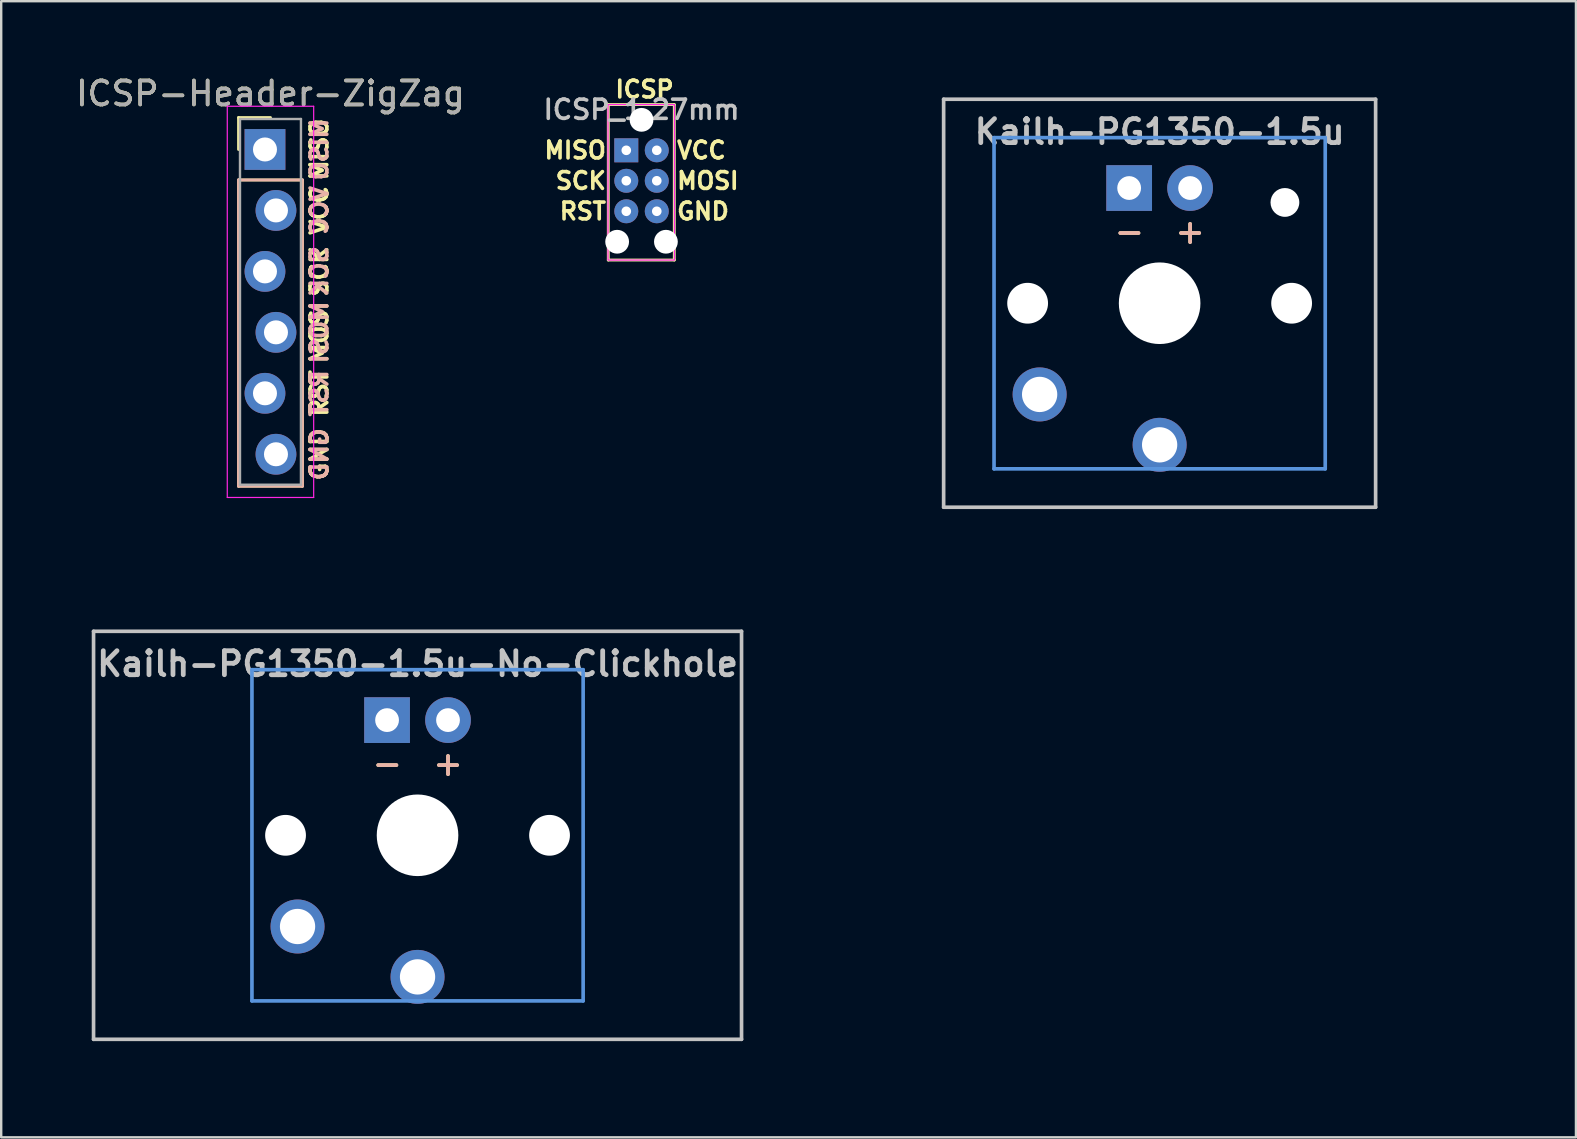
<source format=kicad_pcb>
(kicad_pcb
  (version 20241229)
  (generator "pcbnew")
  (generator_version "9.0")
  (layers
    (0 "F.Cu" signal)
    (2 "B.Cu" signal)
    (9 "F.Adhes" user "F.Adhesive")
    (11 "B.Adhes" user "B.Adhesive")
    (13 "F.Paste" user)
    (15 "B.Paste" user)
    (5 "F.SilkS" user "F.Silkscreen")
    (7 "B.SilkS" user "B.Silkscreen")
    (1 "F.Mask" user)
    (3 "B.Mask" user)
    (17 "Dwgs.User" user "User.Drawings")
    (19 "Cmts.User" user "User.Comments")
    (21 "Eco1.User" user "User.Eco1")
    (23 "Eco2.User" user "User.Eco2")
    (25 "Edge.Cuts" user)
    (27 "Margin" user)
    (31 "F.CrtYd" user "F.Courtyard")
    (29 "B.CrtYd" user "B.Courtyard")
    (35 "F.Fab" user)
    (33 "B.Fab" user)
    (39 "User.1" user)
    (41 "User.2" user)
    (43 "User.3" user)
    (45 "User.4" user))
  (footprint "Kailh-PG1350-1.5u"
    (layer "F.Cu")
    (at 45.269 9.585)
    (property "Reference" "Kailh-PG1350-1.5u" (at 0 -7.144 180) (layer "Dwgs.User") (effects (font (size 1 1) (thickness 0.2))))
    (attr through_hole)
    (fp_line (start -9 -8.5) (end 9 -8.5) (stroke (width 0.152) (type solid)) (layer "Dwgs.User"))
    (fp_line (start -9 8.5) (end -9 -8.5) (stroke (width 0.152) (type solid)) (layer "Dwgs.User"))
    (fp_line (start 9 -8.5) (end 9 8.5) (stroke (width 0.152) (type solid)) (layer "Dwgs.User"))
    (fp_line (start 9 8.5) (end -9 8.5) (stroke (width 0.152) (type solid)) (layer "Dwgs.User"))
    (fp_line (start -6.9 -6.9) (end 6.9 -6.9) (stroke (width 0.152) (type solid)) (layer "Cmts.User"))
    (fp_line (start -6.9 6.9) (end -6.9 -6.9) (stroke (width 0.152) (type solid)) (layer "Cmts.User"))
    (fp_line (start 6.9 -6.9) (end 6.9 6.9) (stroke (width 0.152) (type solid)) (layer "Cmts.User"))
    (fp_line (start 6.9 6.9) (end -6.9 6.9) (stroke (width 0.152) (type solid)) (layer "Cmts.User"))
    (fp_line (start -14.287 -9.525) (end -14.287 9.525) (stroke (width 0.12) (type solid)) (layer "Eco1.User"))
    (fp_line (start -14.287 -9.525) (end 14.287 -9.525) (stroke (width 0.12) (type solid)) (layer "Eco1.User"))
    (fp_line (start -14.287 9.525) (end 14.287 9.525) (stroke (width 0.12) (type solid)) (layer "Eco1.User"))
    (fp_line (start 14.287 -9.525) (end 14.287 9.525) (stroke (width 0.12) (type solid)) (layer "Eco1.User"))
    (fp_line (start -7.5 -7.5) (end 7.5 -7.5) (stroke (width 0.152) (type solid)) (layer "Eco2.User"))
    (fp_line (start -7.5 7.5) (end -7.5 -7.5) (stroke (width 0.152) (type solid)) (layer "Eco2.User"))
    (fp_line (start 7.5 -7.5) (end 7.5 7.5) (stroke (width 0.152) (type solid)) (layer "Eco2.User"))
    (fp_line (start 7.5 7.5) (end -7.5 7.5) (stroke (width 0.152) (type solid)) (layer "Eco2.User"))
    (fp_text user "+" (at 1.27 -3 180) (layer "F.SilkS") (effects (font (size 1 1) (thickness 0.15))))
    (fp_text user "-" (at -1.26 -3 180) (layer "F.SilkS") (effects (font (size 1 1) (thickness 0.15))))
    (fp_text user "-" (at -1.26 -3 180) (layer "B.SilkS") (effects (font (size 1 1) (thickness 0.15)) (justify mirror)))
    (fp_text user "+" (at 1.27 -3 180) (layer "B.SilkS") (effects (font (size 1 1) (thickness 0.15)) (justify mirror)))
    (pad "" np_thru_hole circle (at -5.5 0 180) (size 1.7 1.7) (drill 1.7) (layers "*.Cu" "*.Mask"))
    (pad "" np_thru_hole circle (at 0 0 180) (size 3.4 3.4) (drill 3.4) (layers "*.Cu" "*.Mask"))
    (pad "" np_thru_hole circle (at 5.22 -4.2 180) (size 1.2 1.2) (drill 1.2) (layers "*.Cu" "*.Mask"))
    (pad "" np_thru_hole circle (at 5.5 0 180) (size 1.7 1.7) (drill 1.7) (layers "*.Cu" "*.Mask"))
    (pad "1" thru_hole circle (at 0 5.9 180) (size 2.25 2.25) (drill 1.47) (layers "*.Cu" "*.Mask"))
    (pad "2" thru_hole circle (at -5 3.8 41.9) (size 2.25 2.25) (drill 1.47) (layers "*.Cu" "*.Mask"))
    (pad "3" thru_hole circle (at 1.27 -4.8 180) (size 1.905 1.905) (drill 0.991) (layers "*.Cu" "*.Mask"))
    (pad "4" thru_hole rect (at -1.27 -4.8 180) (size 1.905 1.905) (drill 0.991) (layers "*.Cu" "*.Mask")))
  (footprint "ICSP_1.27mm"
    (layer "F.Cu")
    (at 23.046 3.213)
    (property "Reference" "ICSP_1.27mm" (at 0.635 -1.695 0) (layer "Dwgs.User") (effects (font (size 0.8 0.8) (thickness 0.15))))
    (attr through_hole)
    (fp_line (start -0.75 -1.905) (end -0.75 4.572) (stroke (width 0.12) (type solid)) (layer "F.SilkS"))
    (fp_line (start -0.75 -1.905) (end 2 -1.905) (stroke (width 0.12) (type solid)) (layer "F.SilkS"))
    (fp_line (start -0.75 4.572) (end 2 4.572) (stroke (width 0.12) (type solid)) (layer "F.SilkS"))
    (fp_line (start 2 -1.905) (end 2 4.572) (stroke (width 0.12) (type solid)) (layer "F.SilkS"))
    (fp_rect (start -0.762 -1.905) (end 2.007 4.572) (stroke (width 0.05) (type solid)) (fill no) (layer "F.CrtYd"))
    (fp_text user "RST" (at -0.762 2.54 0) (unlocked yes) (layer "F.SilkS") (effects (font (size 0.7 0.7) (thickness 0.15)) (justify right)))
    (fp_text user "MOSI" (at 2.032 1.27 0) (unlocked yes) (layer "F.SilkS") (effects (font (size 0.7 0.7) (thickness 0.15)) (justify left)))
    (fp_text user "MISO" (at -0.762 0 0) (unlocked yes) (layer "F.SilkS") (effects (font (size 0.7 0.7) (thickness 0.15)) (justify right)))
    (fp_text user "ICSP" (at 0.762 -2.54 0) (unlocked yes) (layer "F.SilkS") (effects (font (size 0.7 0.7) (thickness 0.15))))
    (fp_text user "GND" (at 2.032 2.54 0) (unlocked yes) (layer "F.SilkS") (effects (font (size 0.7 0.7) (thickness 0.15)) (justify left)))
    (fp_text user "SCK" (at -0.762 1.27 0) (unlocked yes) (layer "F.SilkS") (effects (font (size 0.7 0.7) (thickness 0.15)) (justify right)))
    (fp_text user "VCC" (at 2.032 0 0) (unlocked yes) (layer "F.SilkS") (effects (font (size 0.7 0.7) (thickness 0.15)) (justify left)))
    (pad "" np_thru_hole circle (at -0.381 3.81) (size 0.991 0.991) (drill 0.991) (layers "*.Cu" "*.Mask"))
    (pad "" np_thru_hole circle (at 0.635 -1.27) (size 0.991 0.991) (drill 0.991) (layers "*.Cu" "*.Mask"))
    (pad "" np_thru_hole circle (at 1.651 3.81) (size 0.991 0.991) (drill 0.991) (layers "*.Cu" "*.Mask"))
    (pad "1" thru_hole rect (at 0 0) (size 1 1) (drill 0.4) (layers "*.Cu" "*.Mask"))
    (pad "2" thru_hole oval (at 1.27 0) (size 1 1) (drill 0.4) (layers "*.Cu" "*.Mask"))
    (pad "3" thru_hole oval (at 0 1.27) (size 1 1) (drill 0.4) (layers "*.Cu" "*.Mask"))
    (pad "4" thru_hole oval (at 1.27 1.27) (size 1 1) (drill 0.4) (layers "*.Cu" "*.Mask"))
    (pad "5" thru_hole oval (at 0 2.54) (size 1 1) (drill 0.4) (layers "*.Cu" "*.Mask"))
    (pad "6" thru_hole oval (at 1.27 2.54) (size 1 1) (drill 0.4) (layers "*.Cu" "*.Mask")))
  (footprint "ICSP-Header-ZigZag"
    (layer "F.Cu")
    (at 8.22 3.178)
    (property "Reference" "ICSP-Header-ZigZag" (at 0 -2.33 0) (layer "F.SilkS") (effects (font (size 1 1) (thickness 0.15))))
    (attr through_hole)
    (fp_line (start -1.33 -1.33) (end 0 -1.33) (stroke (width 0.12) (type solid)) (layer "F.SilkS"))
    (fp_line (start -1.33 0) (end -1.33 -1.33) (stroke (width 0.12) (type solid)) (layer "F.SilkS"))
    (fp_line (start -1.33 1.27) (end -1.33 14.03) (stroke (width 0.12) (type solid)) (layer "F.SilkS"))
    (fp_line (start -1.33 14.03) (end 1.33 14.03) (stroke (width 0.12) (type solid)) (layer "F.SilkS"))
    (fp_line (start 1.33 1.27) (end -1.33 1.27) (stroke (width 0.12) (type solid)) (layer "F.SilkS"))
    (fp_line (start 1.33 14.03) (end 1.33 1.27) (stroke (width 0.12) (type solid)) (layer "F.SilkS"))
    (fp_line (start -1.33 1.27) (end -1.33 14.03) (stroke (width 0.12) (type solid)) (layer "B.SilkS"))
    (fp_line (start -1.33 14.03) (end 1.33 14.03) (stroke (width 0.12) (type solid)) (layer "B.SilkS"))
    (fp_line (start 1.33 1.27) (end -1.33 1.27) (stroke (width 0.12) (type solid)) (layer "B.SilkS"))
    (fp_line (start 1.33 14.03) (end 1.33 1.27) (stroke (width 0.12) (type solid)) (layer "B.SilkS"))
    (fp_line (start -1.8 -1.8) (end -1.8 14.5) (stroke (width 0.05) (type solid)) (layer "F.CrtYd"))
    (fp_line (start -1.8 14.5) (end 1.8 14.5) (stroke (width 0.05) (type solid)) (layer "F.CrtYd"))
    (fp_line (start 1.8 -1.8) (end -1.8 -1.8) (stroke (width 0.05) (type solid)) (layer "F.CrtYd"))
    (fp_line (start 1.8 14.5) (end 1.8 -1.8) (stroke (width 0.05) (type solid)) (layer "F.CrtYd"))
    (fp_line (start -1.27 -1.27) (end -1.27 13.97) (stroke (width 0.1) (type solid)) (layer "F.Fab"))
    (fp_line (start -1.27 13.97) (end 1.27 13.97) (stroke (width 0.1) (type solid)) (layer "F.Fab"))
    (fp_line (start 1.27 -1.27) (end -1.27 -1.27) (stroke (width 0.1) (type solid)) (layer "F.Fab"))
    (fp_line (start 1.27 13.97) (end 1.27 -1.27) (stroke (width 0.1) (type solid)) (layer "F.Fab"))
    (fp_text user "MOSI" (at 2.032 7.62 90) (layer "F.SilkS") (effects (font (size 0.7 0.7) (thickness 0.15))))
    (fp_text user "MISO" (at 2.032 0 90) (layer "F.SilkS") (effects (font (size 0.7 0.7) (thickness 0.15))))
    (fp_text user "GND" (at 2.032 12.7 90) (layer "F.SilkS") (effects (font (size 0.7 0.7) (thickness 0.15))))
    (fp_text user "RST" (at 2.032 10.16 90) (layer "F.SilkS") (effects (font (size 0.7 0.7) (thickness 0.15))))
    (fp_text user "SCK" (at 2.032 5.08 90) (layer "F.SilkS") (effects (font (size 0.7 0.7) (thickness 0.15))))
    (fp_text user "VCC" (at 2.032 2.54 90) (layer "F.SilkS") (effects (font (size 0.7 0.7) (thickness 0.15))))
    (fp_text user "SCK" (at 2.032 5.08 90) (layer "B.SilkS") (effects (font (size 0.7 0.7) (thickness 0.15)) (justify mirror)))
    (fp_text user "VCC" (at 2.032 2.54 90) (layer "B.SilkS") (effects (font (size 0.7 0.7) (thickness 0.15)) (justify mirror)))
    (fp_text user "GND" (at 2.032 12.7 90) (layer "B.SilkS") (effects (font (size 0.7 0.7) (thickness 0.15)) (justify mirror)))
    (fp_text user "MISO" (at 2.032 0 90) (layer "B.SilkS") (effects (font (size 0.7 0.7) (thickness 0.15)) (justify mirror)))
    (fp_text user "MOSI" (at 2.032 7.62 90) (layer "B.SilkS") (effects (font (size 0.7 0.7) (thickness 0.15)) (justify mirror)))
    (fp_text user "RST" (at 2.032 10.16 90) (layer "B.SilkS") (effects (font (size 0.7 0.7) (thickness 0.15)) (justify mirror)))
    (fp_text user "${REFERENCE}" (at 0 -2.33 0) (layer "F.Fab") (effects (font (size 1 1) (thickness 0.15))))
    (pad "1" thru_hole rect (at -0.229 0) (size 1.7 1.7) (drill 1) (layers "*.Cu" "*.Mask"))
    (pad "2" thru_hole oval (at 0.229 2.54) (size 1.7 1.7) (drill 1) (layers "*.Cu" "*.Mask"))
    (pad "3" thru_hole oval (at -0.229 5.08) (size 1.7 1.7) (drill 1) (layers "*.Cu" "*.Mask"))
    (pad "4" thru_hole oval (at 0.229 7.62) (size 1.7 1.7) (drill 1) (layers "*.Cu" "*.Mask"))
    (pad "5" thru_hole oval (at -0.229 10.16) (size 1.7 1.7) (drill 1) (layers "*.Cu" "*.Mask"))
    (pad "6" thru_hole oval (at 0.229 12.7) (size 1.7 1.7) (drill 1) (layers "*.Cu" "*.Mask")))
  (footprint "Kailh-PG1350-1.5u-No-Clickhole"
    (layer "F.Cu")
    (at 14.348 31.755)
    (property "Reference" "Kailh-PG1350-1.5u-No-Clickhole" (at 0 -7.144 180) (layer "Dwgs.User") (effects (font (size 1 1) (thickness 0.2))))
    (attr through_hole)
    (fp_line (start -13.5 -8.5) (end 13.5 -8.5) (stroke (width 0.152) (type solid)) (layer "Dwgs.User"))
    (fp_line (start -13.5 8.5) (end -13.5 -8.5) (stroke (width 0.152) (type solid)) (layer "Dwgs.User"))
    (fp_line (start 13.5 -8.5) (end 13.5 8.5) (stroke (width 0.152) (type solid)) (layer "Dwgs.User"))
    (fp_line (start 13.5 8.5) (end -13.5 8.5) (stroke (width 0.152) (type solid)) (layer "Dwgs.User"))
    (fp_line (start -6.9 -6.9) (end 6.9 -6.9) (stroke (width 0.152) (type solid)) (layer "Cmts.User"))
    (fp_line (start -6.9 6.9) (end -6.9 -6.9) (stroke (width 0.152) (type solid)) (layer "Cmts.User"))
    (fp_line (start 6.9 -6.9) (end 6.9 6.9) (stroke (width 0.152) (type solid)) (layer "Cmts.User"))
    (fp_line (start 6.9 6.9) (end -6.9 6.9) (stroke (width 0.152) (type solid)) (layer "Cmts.User"))
    (fp_line (start -14.287 -9.525) (end -14.287 9.525) (stroke (width 0.12) (type solid)) (layer "Eco1.User"))
    (fp_line (start -14.287 -9.525) (end 14.287 -9.525) (stroke (width 0.12) (type solid)) (layer "Eco1.User"))
    (fp_line (start -14.287 9.525) (end 14.287 9.525) (stroke (width 0.12) (type solid)) (layer "Eco1.User"))
    (fp_line (start 14.287 -9.525) (end 14.287 9.525) (stroke (width 0.12) (type solid)) (layer "Eco1.User"))
    (fp_line (start -7.5 -7.5) (end 7.5 -7.5) (stroke (width 0.152) (type solid)) (layer "Eco2.User"))
    (fp_line (start -7.5 7.5) (end -7.5 -7.5) (stroke (width 0.152) (type solid)) (layer "Eco2.User"))
    (fp_line (start 7.5 -7.5) (end 7.5 7.5) (stroke (width 0.152) (type solid)) (layer "Eco2.User"))
    (fp_line (start 7.5 7.5) (end -7.5 7.5) (stroke (width 0.152) (type solid)) (layer "Eco2.User"))
    (fp_text user "-" (at -1.26 -3 180) (layer "F.SilkS") (effects (font (size 1 1) (thickness 0.15))))
    (fp_text user "+" (at 1.27 -3 180) (layer "F.SilkS") (effects (font (size 1 1) (thickness 0.15))))
    (fp_text user "-" (at -1.26 -3 180) (layer "B.SilkS") (effects (font (size 1 1) (thickness 0.15)) (justify mirror)))
    (fp_text user "+" (at 1.27 -3 180) (layer "B.SilkS") (effects (font (size 1 1) (thickness 0.15)) (justify mirror)))
    (pad "" np_thru_hole circle (at -5.5 0 180) (size 1.7 1.7) (drill 1.7) (layers "*.Cu" "*.Mask"))
    (pad "" np_thru_hole circle (at 0 0 180) (size 3.4 3.4) (drill 3.4) (layers "*.Cu" "*.Mask"))
    (pad "" np_thru_hole circle (at 5.5 0 180) (size 1.7 1.7) (drill 1.7) (layers "*.Cu" "*.Mask"))
    (pad "1" thru_hole circle (at 0 5.9 180) (size 2.25 2.25) (drill 1.47) (layers "*.Cu" "*.Mask"))
    (pad "2" thru_hole circle (at -5 3.8 41.9) (size 2.25 2.25) (drill 1.47) (layers "*.Cu" "*.Mask"))
    (pad "3" thru_hole circle (at 1.27 -4.8 180) (size 1.905 1.905) (drill 0.991) (layers "*.Cu" "*.Mask"))
    (pad "4" thru_hole rect (at -1.27 -4.8 180) (size 1.905 1.905) (drill 0.991) (layers "*.Cu" "*.Mask")))
  (gr_rect
    (start -3 -3)
    (end 62.616 44.34)
    (stroke (width 0.1) (type default))
    (fill no)
    (layer "Edge.Cuts")))
</source>
